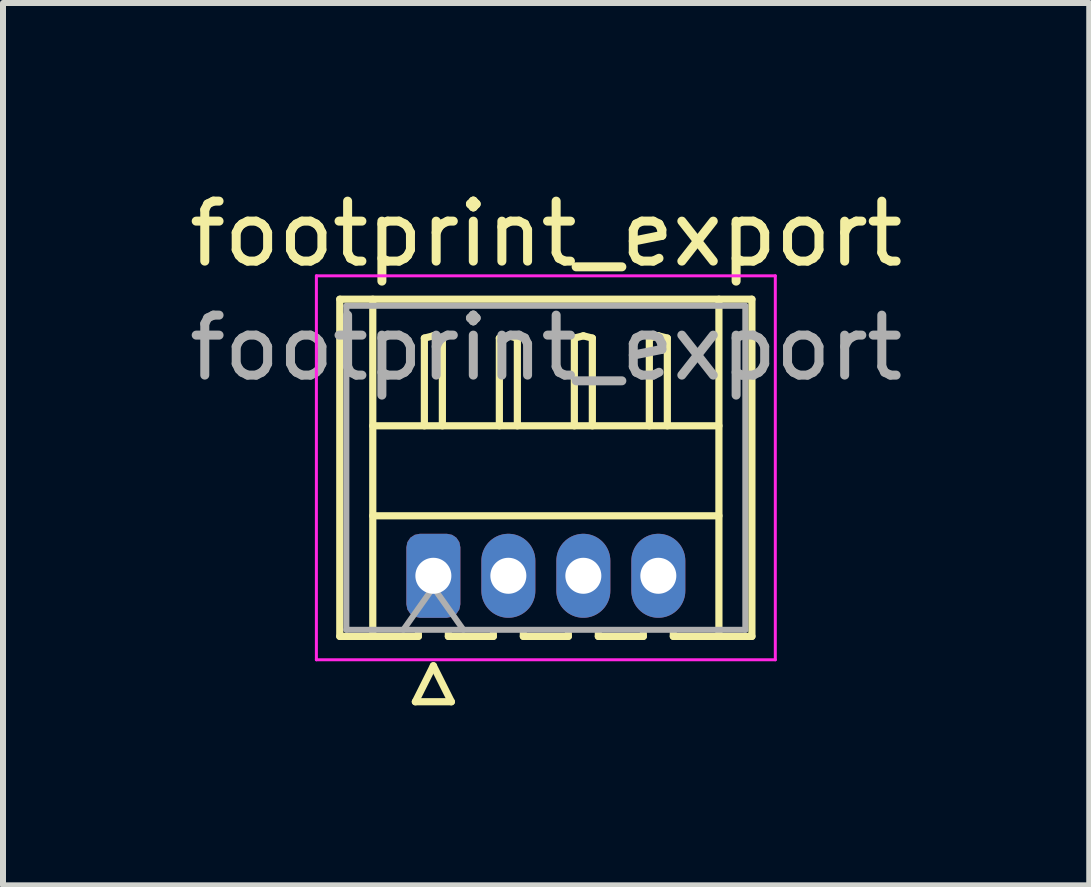
<source format=kicad_pcb>
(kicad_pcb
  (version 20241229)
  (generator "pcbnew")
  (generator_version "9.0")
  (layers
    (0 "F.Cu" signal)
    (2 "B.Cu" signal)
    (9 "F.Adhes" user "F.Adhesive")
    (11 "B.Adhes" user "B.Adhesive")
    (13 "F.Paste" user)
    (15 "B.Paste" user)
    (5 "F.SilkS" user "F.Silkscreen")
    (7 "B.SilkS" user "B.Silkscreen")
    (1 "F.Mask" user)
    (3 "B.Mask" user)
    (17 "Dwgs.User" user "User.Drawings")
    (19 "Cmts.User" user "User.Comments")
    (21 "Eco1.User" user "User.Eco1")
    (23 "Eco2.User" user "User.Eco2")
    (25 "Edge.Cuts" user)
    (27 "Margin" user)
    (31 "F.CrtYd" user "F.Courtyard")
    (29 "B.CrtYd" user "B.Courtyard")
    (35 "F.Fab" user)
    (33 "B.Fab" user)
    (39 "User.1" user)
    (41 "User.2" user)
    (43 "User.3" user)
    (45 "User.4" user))
  (footprint "footprint_export"
    (layer "F.Cu")
    (at 4.174 6.548)
    (property "Reference" "footprint_export" (at 1.88 -5.7 0) (layer "F.SilkS") (effects (font (size 1 1) (thickness 0.15))))
    (attr through_hole)
    (fp_line (start -1.56 -4.61) (end 5.31 -4.61) (stroke (width 0.12) (type solid)) (layer "F.SilkS"))
    (fp_line (start -1.56 1.01) (end -1.56 -4.61) (stroke (width 0.12) (type solid)) (layer "F.SilkS"))
    (fp_line (start -1.01 -4.61) (end -1.01 1.01) (stroke (width 0.12) (type solid)) (layer "F.SilkS"))
    (fp_line (start -1.01 -2.5) (end 4.76 -2.5) (stroke (width 0.12) (type solid)) (layer "F.SilkS"))
    (fp_line (start -1.01 -1) (end 4.76 -1) (stroke (width 0.12) (type solid)) (layer "F.SilkS"))
    (fp_line (start -0.3 2.1) (end 0.3 2.1) (stroke (width 0.12) (type solid)) (layer "F.SilkS"))
    (fp_line (start -0.25 0.96) (end -0.25 1.01) (stroke (width 0.12) (type solid)) (layer "F.SilkS"))
    (fp_line (start -0.25 1.01) (end -1.56 1.01) (stroke (width 0.12) (type solid)) (layer "F.SilkS"))
    (fp_line (start -0.15 -3.962) (end 0 -4) (stroke (width 0.12) (type solid)) (layer "F.SilkS"))
    (fp_line (start -0.15 -2.5) (end -0.15 -3.962) (stroke (width 0.12) (type solid)) (layer "F.SilkS"))
    (fp_line (start 0 -4) (end 0.15 -3.962) (stroke (width 0.12) (type solid)) (layer "F.SilkS"))
    (fp_line (start 0 1.5) (end -0.3 2.1) (stroke (width 0.12) (type solid)) (layer "F.SilkS"))
    (fp_line (start 0.15 -3.962) (end 0.15 -2.5) (stroke (width 0.12) (type solid)) (layer "F.SilkS"))
    (fp_line (start 0.25 0.96) (end 0.25 1.01) (stroke (width 0.12) (type solid)) (layer "F.SilkS"))
    (fp_line (start 0.25 1.01) (end 1 1.01) (stroke (width 0.12) (type solid)) (layer "F.SilkS"))
    (fp_line (start 0.3 2.1) (end 0 1.5) (stroke (width 0.12) (type solid)) (layer "F.SilkS"))
    (fp_line (start 1 1.01) (end 1 0.96) (stroke (width 0.12) (type solid)) (layer "F.SilkS"))
    (fp_line (start 1.1 -3.962) (end 1.25 -4) (stroke (width 0.12) (type solid)) (layer "F.SilkS"))
    (fp_line (start 1.1 -2.5) (end 1.1 -3.962) (stroke (width 0.12) (type solid)) (layer "F.SilkS"))
    (fp_line (start 1.25 -4) (end 1.4 -3.962) (stroke (width 0.12) (type solid)) (layer "F.SilkS"))
    (fp_line (start 1.4 -3.962) (end 1.4 -2.5) (stroke (width 0.12) (type solid)) (layer "F.SilkS"))
    (fp_line (start 1.5 0.96) (end 1.5 1.01) (stroke (width 0.12) (type solid)) (layer "F.SilkS"))
    (fp_line (start 1.5 1.01) (end 2.25 1.01) (stroke (width 0.12) (type solid)) (layer "F.SilkS"))
    (fp_line (start 2.25 1.01) (end 2.25 0.96) (stroke (width 0.12) (type solid)) (layer "F.SilkS"))
    (fp_line (start 2.35 -3.962) (end 2.5 -4) (stroke (width 0.12) (type solid)) (layer "F.SilkS"))
    (fp_line (start 2.35 -2.5) (end 2.35 -3.962) (stroke (width 0.12) (type solid)) (layer "F.SilkS"))
    (fp_line (start 2.5 -4) (end 2.65 -3.962) (stroke (width 0.12) (type solid)) (layer "F.SilkS"))
    (fp_line (start 2.65 -3.962) (end 2.65 -2.5) (stroke (width 0.12) (type solid)) (layer "F.SilkS"))
    (fp_line (start 2.75 0.96) (end 2.75 1.01) (stroke (width 0.12) (type solid)) (layer "F.SilkS"))
    (fp_line (start 2.75 1.01) (end 3.5 1.01) (stroke (width 0.12) (type solid)) (layer "F.SilkS"))
    (fp_line (start 3.5 1.01) (end 3.5 0.96) (stroke (width 0.12) (type solid)) (layer "F.SilkS"))
    (fp_line (start 3.6 -3.962) (end 3.75 -4) (stroke (width 0.12) (type solid)) (layer "F.SilkS"))
    (fp_line (start 3.6 -2.5) (end 3.6 -3.962) (stroke (width 0.12) (type solid)) (layer "F.SilkS"))
    (fp_line (start 3.75 -4) (end 3.9 -3.962) (stroke (width 0.12) (type solid)) (layer "F.SilkS"))
    (fp_line (start 3.9 -3.962) (end 3.9 -2.5) (stroke (width 0.12) (type solid)) (layer "F.SilkS"))
    (fp_line (start 4 1.01) (end 4 0.96) (stroke (width 0.12) (type solid)) (layer "F.SilkS"))
    (fp_line (start 4.76 -4.61) (end 4.76 1.01) (stroke (width 0.12) (type solid)) (layer "F.SilkS"))
    (fp_line (start 5.31 -4.61) (end 5.31 1.01) (stroke (width 0.12) (type solid)) (layer "F.SilkS"))
    (fp_line (start 5.31 1.01) (end 4 1.01) (stroke (width 0.12) (type solid)) (layer "F.SilkS"))
    (fp_line (start -1.95 -5) (end -1.95 1.4) (stroke (width 0.05) (type solid)) (layer "F.CrtYd"))
    (fp_line (start -1.95 1.4) (end 5.7 1.4) (stroke (width 0.05) (type solid)) (layer "F.CrtYd"))
    (fp_line (start 5.7 -5) (end -1.95 -5) (stroke (width 0.05) (type solid)) (layer "F.CrtYd"))
    (fp_line (start 5.7 1.4) (end 5.7 -5) (stroke (width 0.05) (type solid)) (layer "F.CrtYd"))
    (fp_line (start -1.45 -4.5) (end -1.45 0.9) (stroke (width 0.1) (type solid)) (layer "F.Fab"))
    (fp_line (start -1.45 0.9) (end 5.2 0.9) (stroke (width 0.1) (type solid)) (layer "F.Fab"))
    (fp_line (start -0.5 0.9) (end 0 0.193) (stroke (width 0.1) (type solid)) (layer "F.Fab"))
    (fp_line (start 0 0.193) (end 0.5 0.9) (stroke (width 0.1) (type solid)) (layer "F.Fab"))
    (fp_line (start 5.2 -4.5) (end -1.45 -4.5) (stroke (width 0.1) (type solid)) (layer "F.Fab"))
    (fp_line (start 5.2 0.9) (end 5.2 -4.5) (stroke (width 0.1) (type solid)) (layer "F.Fab"))
    (fp_text user "${REFERENCE}" (at 1.88 -3.8 0) (layer "F.Fab") (effects (font (size 1 1) (thickness 0.15))))
    (pad "1" thru_hole roundrect (at 0 0) (size 0.9 1.4) (drill 0.6) (layers "*.Cu" "*.Mask") (roundrect_rratio 0.25))
    (pad "2" thru_hole oval (at 1.25 0) (size 0.9 1.4) (drill 0.6) (layers "*.Cu" "*.Mask"))
    (pad "3" thru_hole oval (at 2.5 0) (size 0.9 1.4) (drill 0.6) (layers "*.Cu" "*.Mask"))
    (pad "4" thru_hole oval (at 3.75 0) (size 0.9 1.4) (drill 0.6) (layers "*.Cu" "*.Mask")))
  (gr_rect
    (start -3 -3)
    (end 15.107 11.708)
    (stroke (width 0.1) (type default))
    (fill no)
    (layer "Edge.Cuts")))
</source>
